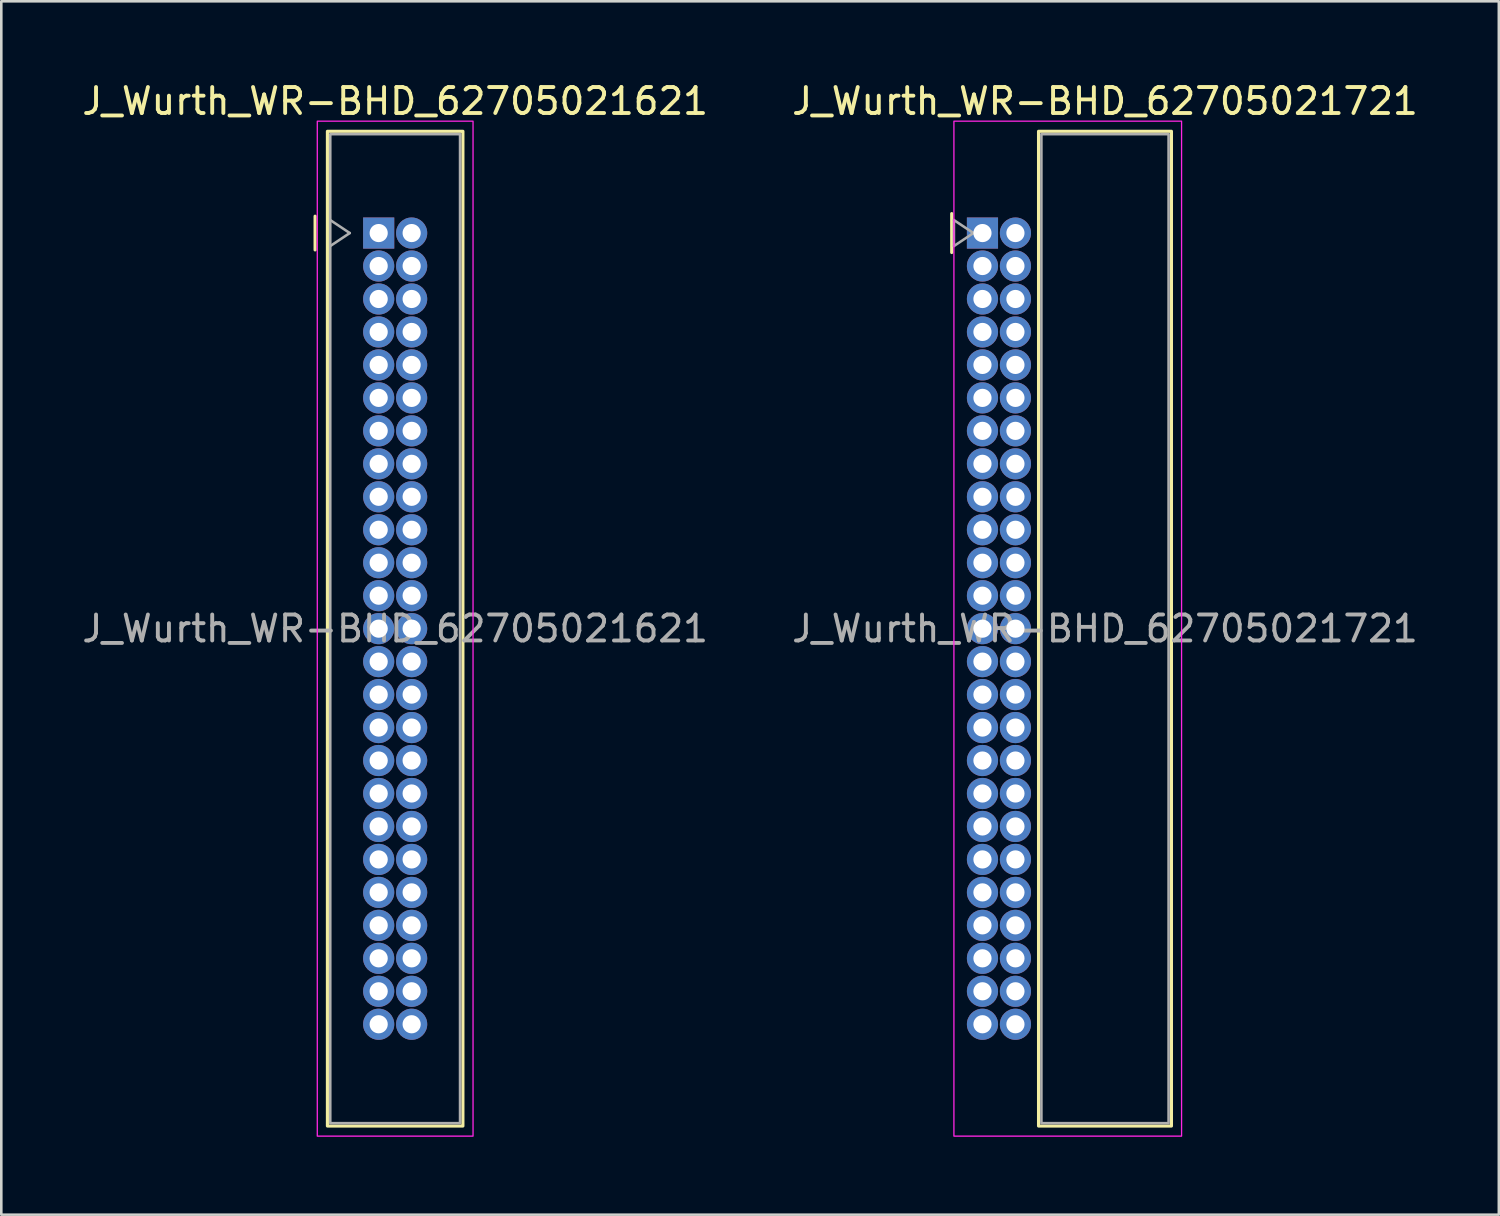
<source format=kicad_pcb>
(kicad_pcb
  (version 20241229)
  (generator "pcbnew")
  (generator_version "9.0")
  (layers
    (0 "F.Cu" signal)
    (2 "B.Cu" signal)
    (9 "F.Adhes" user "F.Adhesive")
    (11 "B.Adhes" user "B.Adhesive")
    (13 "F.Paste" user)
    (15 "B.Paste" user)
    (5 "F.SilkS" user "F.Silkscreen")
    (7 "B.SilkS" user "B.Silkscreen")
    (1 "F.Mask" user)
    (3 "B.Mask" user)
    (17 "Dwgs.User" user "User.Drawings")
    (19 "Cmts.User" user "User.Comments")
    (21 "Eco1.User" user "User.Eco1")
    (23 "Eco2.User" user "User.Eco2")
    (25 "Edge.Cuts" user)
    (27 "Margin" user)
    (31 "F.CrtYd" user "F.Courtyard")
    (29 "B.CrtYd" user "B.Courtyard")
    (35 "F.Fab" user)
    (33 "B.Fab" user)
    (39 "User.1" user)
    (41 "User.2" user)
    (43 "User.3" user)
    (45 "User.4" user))
  (footprint "J_Wurth_WR-BHD_62705021621"
    (layer "F.Cu")
    (at 11.538 5.928)
    (property "Reference" "J_Wurth_WR-BHD_62705021621" (at 0.635 -5.08 0) (unlocked yes) (layer "F.SilkS") (effects (font (size 1 1) (thickness 0.15))))
    (attr through_hole)
    (fp_line (start -2.45 -0.65) (end -2.45 0.65) (stroke (width 0.12) (type solid)) (layer "F.SilkS"))
    (fp_rect (start -1.975 -3.92) (end 3.245 34.4) (stroke (width 0.12) (type default)) (fill no) (layer "F.SilkS"))
    (fp_rect (start -2.365 -4.31) (end 3.635 34.79) (stroke (width 0.05) (type solid)) (fill no) (layer "F.CrtYd"))
    (fp_line (start -1.115 0) (end -1.865 -0.5) (stroke (width 0.1) (type solid)) (layer "F.Fab"))
    (fp_line (start -1.115 0) (end -1.865 0.5) (stroke (width 0.1) (type solid)) (layer "F.Fab"))
    (fp_rect (start -1.865 -3.81) (end 3.135 34.29) (stroke (width 0.1) (type solid)) (fill no) (layer "F.Fab"))
    (fp_text user "${REFERENCE}" (at 0.635 15.24 0) (unlocked yes) (layer "F.Fab") (effects (font (size 1 1) (thickness 0.15))))
    (pad "1" thru_hole rect (at 0 0 90) (size 1.2 1.2) (drill 0.7) (layers "*.Cu" "*.Mask"))
    (pad "2" thru_hole circle (at 1.27 0 90) (size 1.2 1.2) (drill 0.7) (layers "*.Cu" "*.Mask"))
    (pad "3" thru_hole circle (at 0 1.27 90) (size 1.2 1.2) (drill 0.7) (layers "*.Cu" "*.Mask"))
    (pad "4" thru_hole circle (at 1.27 1.27 90) (size 1.2 1.2) (drill 0.7) (layers "*.Cu" "*.Mask"))
    (pad "5" thru_hole circle (at 0 2.54 90) (size 1.2 1.2) (drill 0.7) (layers "*.Cu" "*.Mask"))
    (pad "6" thru_hole circle (at 1.27 2.54 90) (size 1.2 1.2) (drill 0.7) (layers "*.Cu" "*.Mask"))
    (pad "7" thru_hole circle (at 0 3.81 90) (size 1.2 1.2) (drill 0.7) (layers "*.Cu" "*.Mask"))
    (pad "8" thru_hole circle (at 1.27 3.81 90) (size 1.2 1.2) (drill 0.7) (layers "*.Cu" "*.Mask"))
    (pad "9" thru_hole circle (at 0 5.08 90) (size 1.2 1.2) (drill 0.7) (layers "*.Cu" "*.Mask"))
    (pad "10" thru_hole circle (at 1.27 5.08 90) (size 1.2 1.2) (drill 0.7) (layers "*.Cu" "*.Mask"))
    (pad "11" thru_hole circle (at 0 6.35 90) (size 1.2 1.2) (drill 0.7) (layers "*.Cu" "*.Mask"))
    (pad "12" thru_hole circle (at 1.27 6.35 90) (size 1.2 1.2) (drill 0.7) (layers "*.Cu" "*.Mask"))
    (pad "13" thru_hole circle (at 0 7.62 90) (size 1.2 1.2) (drill 0.7) (layers "*.Cu" "*.Mask"))
    (pad "14" thru_hole circle (at 1.27 7.62 90) (size 1.2 1.2) (drill 0.7) (layers "*.Cu" "*.Mask"))
    (pad "15" thru_hole circle (at 0 8.89 90) (size 1.2 1.2) (drill 0.7) (layers "*.Cu" "*.Mask"))
    (pad "16" thru_hole circle (at 1.27 8.89 90) (size 1.2 1.2) (drill 0.7) (layers "*.Cu" "*.Mask"))
    (pad "17" thru_hole circle (at 0 10.16 90) (size 1.2 1.2) (drill 0.7) (layers "*.Cu" "*.Mask"))
    (pad "18" thru_hole circle (at 1.27 10.16 90) (size 1.2 1.2) (drill 0.7) (layers "*.Cu" "*.Mask"))
    (pad "19" thru_hole circle (at 0 11.43 90) (size 1.2 1.2) (drill 0.7) (layers "*.Cu" "*.Mask"))
    (pad "20" thru_hole circle (at 1.27 11.43 90) (size 1.2 1.2) (drill 0.7) (layers "*.Cu" "*.Mask"))
    (pad "21" thru_hole circle (at 0 12.7 90) (size 1.2 1.2) (drill 0.7) (layers "*.Cu" "*.Mask"))
    (pad "22" thru_hole circle (at 1.27 12.7 90) (size 1.2 1.2) (drill 0.7) (layers "*.Cu" "*.Mask"))
    (pad "23" thru_hole circle (at 0 13.97 90) (size 1.2 1.2) (drill 0.7) (layers "*.Cu" "*.Mask"))
    (pad "24" thru_hole circle (at 1.27 13.97 90) (size 1.2 1.2) (drill 0.7) (layers "*.Cu" "*.Mask"))
    (pad "25" thru_hole circle (at 0 15.24 90) (size 1.2 1.2) (drill 0.7) (layers "*.Cu" "*.Mask"))
    (pad "26" thru_hole circle (at 1.27 15.24 90) (size 1.2 1.2) (drill 0.7) (layers "*.Cu" "*.Mask"))
    (pad "27" thru_hole circle (at 0 16.51 90) (size 1.2 1.2) (drill 0.7) (layers "*.Cu" "*.Mask"))
    (pad "28" thru_hole circle (at 1.27 16.51 90) (size 1.2 1.2) (drill 0.7) (layers "*.Cu" "*.Mask"))
    (pad "29" thru_hole circle (at 0 17.78 90) (size 1.2 1.2) (drill 0.7) (layers "*.Cu" "*.Mask"))
    (pad "30" thru_hole circle (at 1.27 17.78 90) (size 1.2 1.2) (drill 0.7) (layers "*.Cu" "*.Mask"))
    (pad "31" thru_hole circle (at 0 19.05 90) (size 1.2 1.2) (drill 0.7) (layers "*.Cu" "*.Mask"))
    (pad "32" thru_hole circle (at 1.27 19.05 90) (size 1.2 1.2) (drill 0.7) (layers "*.Cu" "*.Mask"))
    (pad "33" thru_hole circle (at 0 20.32 90) (size 1.2 1.2) (drill 0.7) (layers "*.Cu" "*.Mask"))
    (pad "34" thru_hole circle (at 1.27 20.32 90) (size 1.2 1.2) (drill 0.7) (layers "*.Cu" "*.Mask"))
    (pad "35" thru_hole circle (at 0 21.59 90) (size 1.2 1.2) (drill 0.7) (layers "*.Cu" "*.Mask"))
    (pad "36" thru_hole circle (at 1.27 21.59 90) (size 1.2 1.2) (drill 0.7) (layers "*.Cu" "*.Mask"))
    (pad "37" thru_hole circle (at 0 22.86 90) (size 1.2 1.2) (drill 0.7) (layers "*.Cu" "*.Mask"))
    (pad "38" thru_hole circle (at 1.27 22.86 90) (size 1.2 1.2) (drill 0.7) (layers "*.Cu" "*.Mask"))
    (pad "39" thru_hole circle (at 0 24.13 90) (size 1.2 1.2) (drill 0.7) (layers "*.Cu" "*.Mask"))
    (pad "40" thru_hole circle (at 1.27 24.13 90) (size 1.2 1.2) (drill 0.7) (layers "*.Cu" "*.Mask"))
    (pad "41" thru_hole circle (at 0 25.4 90) (size 1.2 1.2) (drill 0.7) (layers "*.Cu" "*.Mask"))
    (pad "42" thru_hole circle (at 1.27 25.4 90) (size 1.2 1.2) (drill 0.7) (layers "*.Cu" "*.Mask"))
    (pad "43" thru_hole circle (at 0 26.67 90) (size 1.2 1.2) (drill 0.7) (layers "*.Cu" "*.Mask"))
    (pad "44" thru_hole circle (at 1.27 26.67 90) (size 1.2 1.2) (drill 0.7) (layers "*.Cu" "*.Mask"))
    (pad "45" thru_hole circle (at 0 27.94 90) (size 1.2 1.2) (drill 0.7) (layers "*.Cu" "*.Mask"))
    (pad "46" thru_hole circle (at 1.27 27.94 90) (size 1.2 1.2) (drill 0.7) (layers "*.Cu" "*.Mask"))
    (pad "47" thru_hole circle (at 0 29.21 90) (size 1.2 1.2) (drill 0.7) (layers "*.Cu" "*.Mask"))
    (pad "48" thru_hole circle (at 1.27 29.21 90) (size 1.2 1.2) (drill 0.7) (layers "*.Cu" "*.Mask"))
    (pad "49" thru_hole circle (at 0 30.48 90) (size 1.2 1.2) (drill 0.7) (layers "*.Cu" "*.Mask"))
    (pad "50" thru_hole circle (at 1.27 30.48 90) (size 1.2 1.2) (drill 0.7) (layers "*.Cu" "*.Mask")))
  (footprint "J_Wurth_WR-BHD_62705021721"
    (layer "F.Cu")
    (at 34.798 5.928)
    (property "Reference" "J_Wurth_WR-BHD_62705021721" (at 4.72 -5.08 0) (unlocked yes) (layer "F.SilkS") (effects (font (size 1 1) (thickness 0.15))))
    (attr through_hole)
    (fp_line (start -1.185 -0.75) (end -1.185 0.75) (stroke (width 0.12) (type solid)) (layer "F.SilkS"))
    (fp_rect (start 2.16 -3.92) (end 7.28 34.4) (stroke (width 0.12) (type solid)) (fill no) (layer "F.SilkS"))
    (fp_rect (start -1.1 -4.31) (end 7.67 34.79) (stroke (width 0.05) (type solid)) (fill no) (layer "F.CrtYd"))
    (fp_line (start -1.1 0.5) (end -1.1 -0.5) (stroke (width 0.1) (type default)) (layer "F.Fab"))
    (fp_line (start -0.35 0) (end -1.1 -0.5) (stroke (width 0.1) (type solid)) (layer "F.Fab"))
    (fp_line (start -0.35 0) (end -1.1 0.5) (stroke (width 0.1) (type solid)) (layer "F.Fab"))
    (fp_rect (start 2.27 -3.81) (end 7.17 34.29) (stroke (width 0.1) (type solid)) (fill no) (layer "F.Fab"))
    (fp_text user "${REFERENCE}" (at 4.72 15.24 0) (unlocked yes) (layer "F.Fab") (effects (font (size 1 1) (thickness 0.15))))
    (pad "1" thru_hole rect (at 0 0 90) (size 1.2 1.2) (drill 0.7) (layers "*.Cu" "*.Mask"))
    (pad "2" thru_hole circle (at 1.27 0 90) (size 1.2 1.2) (drill 0.7) (layers "*.Cu" "*.Mask"))
    (pad "3" thru_hole circle (at 0 1.27 90) (size 1.2 1.2) (drill 0.7) (layers "*.Cu" "*.Mask"))
    (pad "4" thru_hole circle (at 1.27 1.27 90) (size 1.2 1.2) (drill 0.7) (layers "*.Cu" "*.Mask"))
    (pad "5" thru_hole circle (at 0 2.54 90) (size 1.2 1.2) (drill 0.7) (layers "*.Cu" "*.Mask"))
    (pad "6" thru_hole circle (at 1.27 2.54 90) (size 1.2 1.2) (drill 0.7) (layers "*.Cu" "*.Mask"))
    (pad "7" thru_hole circle (at 0 3.81 90) (size 1.2 1.2) (drill 0.7) (layers "*.Cu" "*.Mask"))
    (pad "8" thru_hole circle (at 1.27 3.81 90) (size 1.2 1.2) (drill 0.7) (layers "*.Cu" "*.Mask"))
    (pad "9" thru_hole circle (at 0 5.08 90) (size 1.2 1.2) (drill 0.7) (layers "*.Cu" "*.Mask"))
    (pad "10" thru_hole circle (at 1.27 5.08 90) (size 1.2 1.2) (drill 0.7) (layers "*.Cu" "*.Mask"))
    (pad "11" thru_hole circle (at 0 6.35 90) (size 1.2 1.2) (drill 0.7) (layers "*.Cu" "*.Mask"))
    (pad "12" thru_hole circle (at 1.27 6.35 90) (size 1.2 1.2) (drill 0.7) (layers "*.Cu" "*.Mask"))
    (pad "13" thru_hole circle (at 0 7.62 90) (size 1.2 1.2) (drill 0.7) (layers "*.Cu" "*.Mask"))
    (pad "14" thru_hole circle (at 1.27 7.62 90) (size 1.2 1.2) (drill 0.7) (layers "*.Cu" "*.Mask"))
    (pad "15" thru_hole circle (at 0 8.89 90) (size 1.2 1.2) (drill 0.7) (layers "*.Cu" "*.Mask"))
    (pad "16" thru_hole circle (at 1.27 8.89 90) (size 1.2 1.2) (drill 0.7) (layers "*.Cu" "*.Mask"))
    (pad "17" thru_hole circle (at 0 10.16 90) (size 1.2 1.2) (drill 0.7) (layers "*.Cu" "*.Mask"))
    (pad "18" thru_hole circle (at 1.27 10.16 90) (size 1.2 1.2) (drill 0.7) (layers "*.Cu" "*.Mask"))
    (pad "19" thru_hole circle (at 0 11.43 90) (size 1.2 1.2) (drill 0.7) (layers "*.Cu" "*.Mask"))
    (pad "20" thru_hole circle (at 1.27 11.43 90) (size 1.2 1.2) (drill 0.7) (layers "*.Cu" "*.Mask"))
    (pad "21" thru_hole circle (at 0 12.7 90) (size 1.2 1.2) (drill 0.7) (layers "*.Cu" "*.Mask"))
    (pad "22" thru_hole circle (at 1.27 12.7 90) (size 1.2 1.2) (drill 0.7) (layers "*.Cu" "*.Mask"))
    (pad "23" thru_hole circle (at 0 13.97 90) (size 1.2 1.2) (drill 0.7) (layers "*.Cu" "*.Mask"))
    (pad "24" thru_hole circle (at 1.27 13.97 90) (size 1.2 1.2) (drill 0.7) (layers "*.Cu" "*.Mask"))
    (pad "25" thru_hole circle (at 0 15.24 90) (size 1.2 1.2) (drill 0.7) (layers "*.Cu" "*.Mask"))
    (pad "26" thru_hole circle (at 1.27 15.24 90) (size 1.2 1.2) (drill 0.7) (layers "*.Cu" "*.Mask"))
    (pad "27" thru_hole circle (at 0 16.51 90) (size 1.2 1.2) (drill 0.7) (layers "*.Cu" "*.Mask"))
    (pad "28" thru_hole circle (at 1.27 16.51 90) (size 1.2 1.2) (drill 0.7) (layers "*.Cu" "*.Mask"))
    (pad "29" thru_hole circle (at 0 17.78 90) (size 1.2 1.2) (drill 0.7) (layers "*.Cu" "*.Mask"))
    (pad "30" thru_hole circle (at 1.27 17.78 90) (size 1.2 1.2) (drill 0.7) (layers "*.Cu" "*.Mask"))
    (pad "31" thru_hole circle (at 0 19.05 90) (size 1.2 1.2) (drill 0.7) (layers "*.Cu" "*.Mask"))
    (pad "32" thru_hole circle (at 1.27 19.05 90) (size 1.2 1.2) (drill 0.7) (layers "*.Cu" "*.Mask"))
    (pad "33" thru_hole circle (at 0 20.32 90) (size 1.2 1.2) (drill 0.7) (layers "*.Cu" "*.Mask"))
    (pad "34" thru_hole circle (at 1.27 20.32 90) (size 1.2 1.2) (drill 0.7) (layers "*.Cu" "*.Mask"))
    (pad "35" thru_hole circle (at 0 21.59 90) (size 1.2 1.2) (drill 0.7) (layers "*.Cu" "*.Mask"))
    (pad "36" thru_hole circle (at 1.27 21.59 90) (size 1.2 1.2) (drill 0.7) (layers "*.Cu" "*.Mask"))
    (pad "37" thru_hole circle (at 0 22.86 90) (size 1.2 1.2) (drill 0.7) (layers "*.Cu" "*.Mask"))
    (pad "38" thru_hole circle (at 1.27 22.86 90) (size 1.2 1.2) (drill 0.7) (layers "*.Cu" "*.Mask"))
    (pad "39" thru_hole circle (at 0 24.13 90) (size 1.2 1.2) (drill 0.7) (layers "*.Cu" "*.Mask"))
    (pad "40" thru_hole circle (at 1.27 24.13 90) (size 1.2 1.2) (drill 0.7) (layers "*.Cu" "*.Mask"))
    (pad "41" thru_hole circle (at 0 25.4 90) (size 1.2 1.2) (drill 0.7) (layers "*.Cu" "*.Mask"))
    (pad "42" thru_hole circle (at 1.27 25.4 90) (size 1.2 1.2) (drill 0.7) (layers "*.Cu" "*.Mask"))
    (pad "43" thru_hole circle (at 0 26.67 90) (size 1.2 1.2) (drill 0.7) (layers "*.Cu" "*.Mask"))
    (pad "44" thru_hole circle (at 1.27 26.67 90) (size 1.2 1.2) (drill 0.7) (layers "*.Cu" "*.Mask"))
    (pad "45" thru_hole circle (at 0 27.94 90) (size 1.2 1.2) (drill 0.7) (layers "*.Cu" "*.Mask"))
    (pad "46" thru_hole circle (at 1.27 27.94 90) (size 1.2 1.2) (drill 0.7) (layers "*.Cu" "*.Mask"))
    (pad "47" thru_hole circle (at 0 29.21 90) (size 1.2 1.2) (drill 0.7) (layers "*.Cu" "*.Mask"))
    (pad "48" thru_hole circle (at 1.27 29.21 90) (size 1.2 1.2) (drill 0.7) (layers "*.Cu" "*.Mask"))
    (pad "49" thru_hole circle (at 0 30.48 90) (size 1.2 1.2) (drill 0.7) (layers "*.Cu" "*.Mask"))
    (pad "50" thru_hole circle (at 1.27 30.48 90) (size 1.2 1.2) (drill 0.7) (layers "*.Cu" "*.Mask")))
  (gr_rect
    (start -3 -3)
    (end 54.69 43.743)
    (stroke (width 0.1) (type default))
    (fill no)
    (layer "Edge.Cuts")))
</source>
